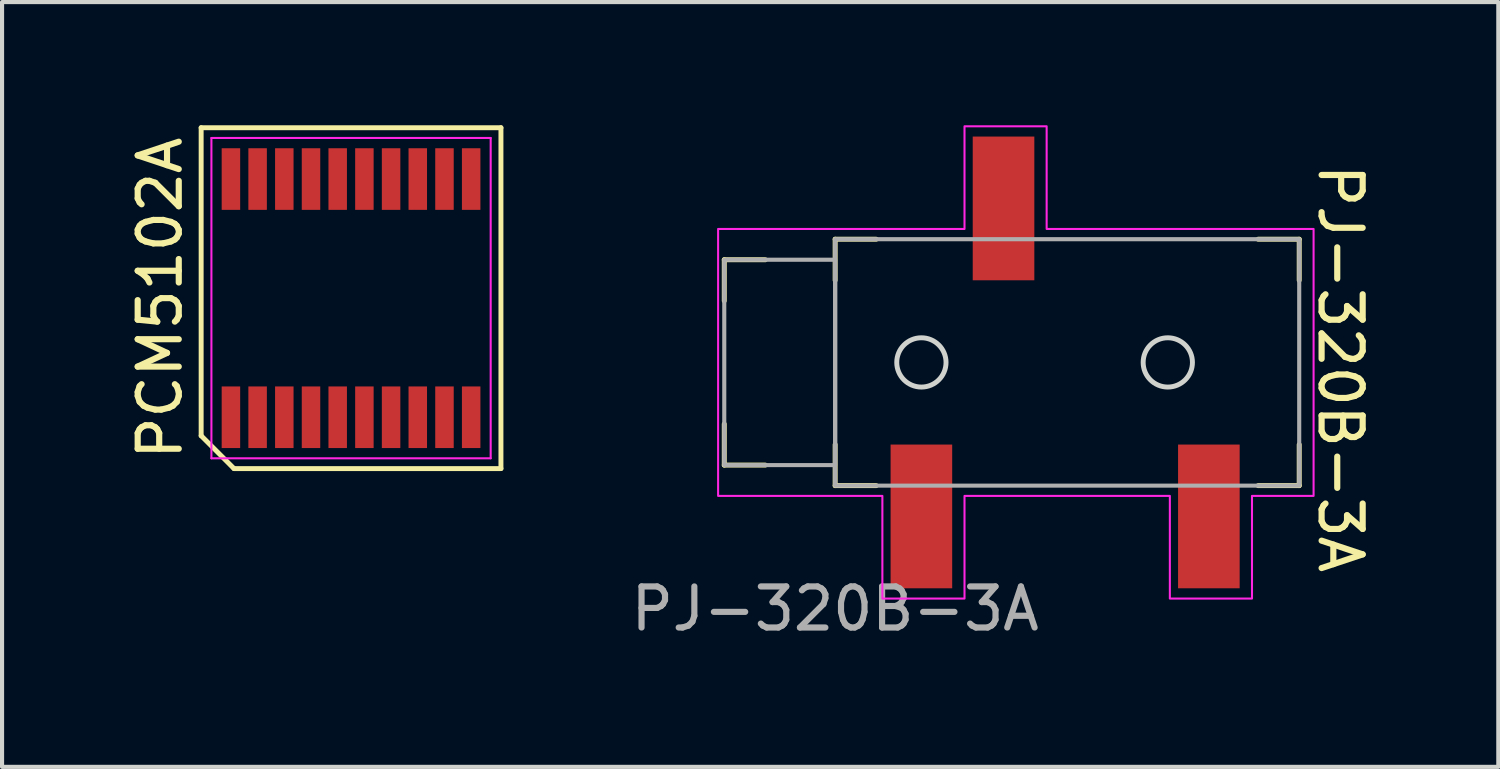
<source format=kicad_pcb>
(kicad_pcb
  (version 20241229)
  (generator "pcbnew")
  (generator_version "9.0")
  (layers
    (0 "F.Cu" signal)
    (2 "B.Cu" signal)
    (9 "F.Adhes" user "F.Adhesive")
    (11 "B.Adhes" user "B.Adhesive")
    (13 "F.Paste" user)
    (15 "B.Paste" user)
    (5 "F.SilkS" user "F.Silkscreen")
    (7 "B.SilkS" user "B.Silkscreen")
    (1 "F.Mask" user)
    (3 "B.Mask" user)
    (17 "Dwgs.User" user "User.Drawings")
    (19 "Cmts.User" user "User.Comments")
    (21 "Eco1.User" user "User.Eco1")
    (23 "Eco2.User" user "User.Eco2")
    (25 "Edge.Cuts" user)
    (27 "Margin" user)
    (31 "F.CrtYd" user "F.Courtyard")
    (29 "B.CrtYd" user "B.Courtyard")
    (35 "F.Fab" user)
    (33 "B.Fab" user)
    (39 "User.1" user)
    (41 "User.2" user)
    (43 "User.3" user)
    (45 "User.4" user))
  (footprint "PJ-320B-3A"
    (layer "F.Cu")
    (at 22.936 5.775)
    (property "Reference" "PJ-320B-3A" (at 6.65 0.15 270) (unlocked yes) (layer "F.SilkS") (effects (font (size 1 1) (thickness 0.15))))
    (attr smd)
    (fp_line (start -8.35 -2.5) (end -8.35 -1.5) (stroke (width 0.12) (type solid)) (layer "F.SilkS"))
    (fp_line (start -8.35 2.5) (end -8.35 1.5) (stroke (width 0.12) (type solid)) (layer "F.SilkS"))
    (fp_line (start -7.35 -2.5) (end -8.35 -2.5) (stroke (width 0.12) (type solid)) (layer "F.SilkS"))
    (fp_line (start -7.35 2.5) (end -8.35 2.5) (stroke (width 0.12) (type solid)) (layer "F.SilkS"))
    (fp_line (start -5.65 -3) (end -5.65 -2) (stroke (width 0.12) (type solid)) (layer "F.SilkS"))
    (fp_line (start -5.65 3) (end -5.65 2) (stroke (width 0.12) (type solid)) (layer "F.SilkS"))
    (fp_line (start -4.65 -3) (end -5.65 -3) (stroke (width 0.12) (type solid)) (layer "F.SilkS"))
    (fp_line (start -4.65 3) (end -5.65 3) (stroke (width 0.12) (type solid)) (layer "F.SilkS"))
    (fp_line (start 4.65 -3) (end 5.65 -3) (stroke (width 0.12) (type solid)) (layer "F.SilkS"))
    (fp_line (start 5.65 -3) (end 5.65 -2) (stroke (width 0.12) (type solid)) (layer "F.SilkS"))
    (fp_line (start 5.65 2) (end 5.65 3) (stroke (width 0.12) (type solid)) (layer "F.SilkS"))
    (fp_line (start 5.65 3) (end 4.65 3) (stroke (width 0.12) (type solid)) (layer "F.SilkS"))
    (fp_circle (center -3.55 0) (end -3.55 0.6) (stroke (width 0.12) (type solid)) (fill no) (layer "Edge.Cuts"))
    (fp_circle (center 2.45 0) (end 2.45 0.6) (stroke (width 0.12) (type solid)) (fill no) (layer "Edge.Cuts"))
    (fp_poly (pts (xy -0.5 -3.25) (xy 6 -3.25) (xy 6 3.25) (xy 4.5 3.25) (xy 4.5 5.75) (xy 2.5 5.75) (xy 2.5 3.25) (xy -2.5 3.25) (xy -2.5 5.75) (xy -4.5 5.75) (xy -4.5 3.25) (xy -8.5 3.25) (xy -8.5 -3.25) (xy -2.5 -3.25) (xy -2.5 -5.75) (xy -0.5 -5.75)) (stroke (width 0.05) (type solid)) (fill no) (layer "F.CrtYd"))
    (fp_rect (start -5.65 -3) (end 5.65 3) (stroke (width 0.1) (type solid)) (fill no) (layer "F.Fab"))
    (fp_rect (start -5.65 -2.5) (end -8.35 2.5) (stroke (width 0.1) (type solid)) (fill no) (layer "F.Fab"))
    (fp_text user "${REFERENCE}" (at -5.65 6 0) (unlocked yes) (layer "F.Fab") (effects (font (size 1 1) (thickness 0.15))))
    (pad "R" smd rect (at -1.55 -3.75 270) (size 3.5 1.5) (layers "F.Cu" "F.Mask" "F.Paste"))
    (pad "S" smd rect (at -3.55 3.75 270) (size 3.5 1.5) (layers "F.Cu" "F.Mask" "F.Paste"))
    (pad "T" smd rect (at 3.45 3.75 270) (size 3.5 1.5) (layers "F.Cu" "F.Mask" "F.Paste")))
  (footprint "PCM5102A"
    (layer "F.Cu")
    (at 5.498 4.21)
    (property "Reference" "PCM5102A" (at -4.65 0 90) (layer "F.SilkS") (effects (font (size 1 1) (thickness 0.15))))
    (attr through_hole)
    (fp_line (start -3.65 -4.15) (end 3.65 -4.15) (stroke (width 0.12) (type solid)) (layer "F.SilkS"))
    (fp_line (start -3.65 3.35) (end -3.65 -4.15) (stroke (width 0.12) (type solid)) (layer "F.SilkS"))
    (fp_line (start -2.85 4.15) (end -3.65 3.35) (stroke (width 0.12) (type solid)) (layer "F.SilkS"))
    (fp_line (start 3.65 -4.15) (end 3.65 4.15) (stroke (width 0.12) (type solid)) (layer "F.SilkS"))
    (fp_line (start 3.65 4.15) (end -2.85 4.15) (stroke (width 0.12) (type solid)) (layer "F.SilkS"))
    (fp_line (start -3.4 -3.9) (end 3.4 -3.9) (stroke (width 0.05) (type solid)) (layer "F.CrtYd"))
    (fp_line (start -3.4 3.9) (end -3.4 -3.9) (stroke (width 0.05) (type solid)) (layer "F.CrtYd"))
    (fp_line (start 3.4 -3.9) (end 3.4 3.9) (stroke (width 0.05) (type solid)) (layer "F.CrtYd"))
    (fp_line (start 3.4 3.9) (end -3.4 3.9) (stroke (width 0.05) (type solid)) (layer "F.CrtYd"))
    (pad "1" smd rect (at -2.925 2.9) (size 0.45 1.5) (layers "F.Cu" "F.Mask" "F.Paste"))
    (pad "2" smd rect (at -2.275 2.9) (size 0.45 1.5) (layers "F.Cu" "F.Mask" "F.Paste"))
    (pad "3" smd rect (at -1.625 2.9) (size 0.45 1.5) (layers "F.Cu" "F.Mask" "F.Paste"))
    (pad "4" smd rect (at -0.975 2.9) (size 0.45 1.5) (layers "F.Cu" "F.Mask" "F.Paste"))
    (pad "5" smd rect (at -0.325 2.9) (size 0.45 1.5) (layers "F.Cu" "F.Mask" "F.Paste"))
    (pad "6" smd rect (at 0.325 2.9) (size 0.45 1.5) (layers "F.Cu" "F.Mask" "F.Paste"))
    (pad "7" smd rect (at 0.975 2.9) (size 0.45 1.5) (layers "F.Cu" "F.Mask" "F.Paste"))
    (pad "8" smd rect (at 1.625 2.9) (size 0.45 1.5) (layers "F.Cu" "F.Mask" "F.Paste"))
    (pad "9" smd rect (at 2.275 2.9) (size 0.45 1.5) (layers "F.Cu" "F.Mask" "F.Paste"))
    (pad "10" smd rect (at 2.925 2.9) (size 0.45 1.5) (layers "F.Cu" "F.Mask" "F.Paste"))
    (pad "11" smd rect (at 2.925 -2.9) (size 0.45 1.5) (layers "F.Cu" "F.Mask" "F.Paste"))
    (pad "12" smd rect (at 2.275 -2.9) (size 0.45 1.5) (layers "F.Cu" "F.Mask" "F.Paste"))
    (pad "13" smd rect (at 1.625 -2.9) (size 0.45 1.5) (layers "F.Cu" "F.Mask" "F.Paste"))
    (pad "14" smd rect (at 0.975 -2.9) (size 0.45 1.5) (layers "F.Cu" "F.Mask" "F.Paste"))
    (pad "15" smd rect (at 0.325 -2.9) (size 0.45 1.5) (layers "F.Cu" "F.Mask" "F.Paste"))
    (pad "16" smd rect (at -0.325 -2.9) (size 0.45 1.5) (layers "F.Cu" "F.Mask" "F.Paste"))
    (pad "17" smd rect (at -0.975 -2.9) (size 0.45 1.5) (layers "F.Cu" "F.Mask" "F.Paste"))
    (pad "18" smd rect (at -1.625 -2.9) (size 0.45 1.5) (layers "F.Cu" "F.Mask" "F.Paste"))
    (pad "19" smd rect (at -2.275 -2.9) (size 0.45 1.5) (layers "F.Cu" "F.Mask" "F.Paste"))
    (pad "20" smd rect (at -2.925 -2.9) (size 0.45 1.5) (layers "F.Cu" "F.Mask" "F.Paste")))
  (gr_rect
    (start -3 -3)
    (end 33.434 15.623)
    (stroke (width 0.1) (type default))
    (fill no)
    (layer "Edge.Cuts")))
</source>
